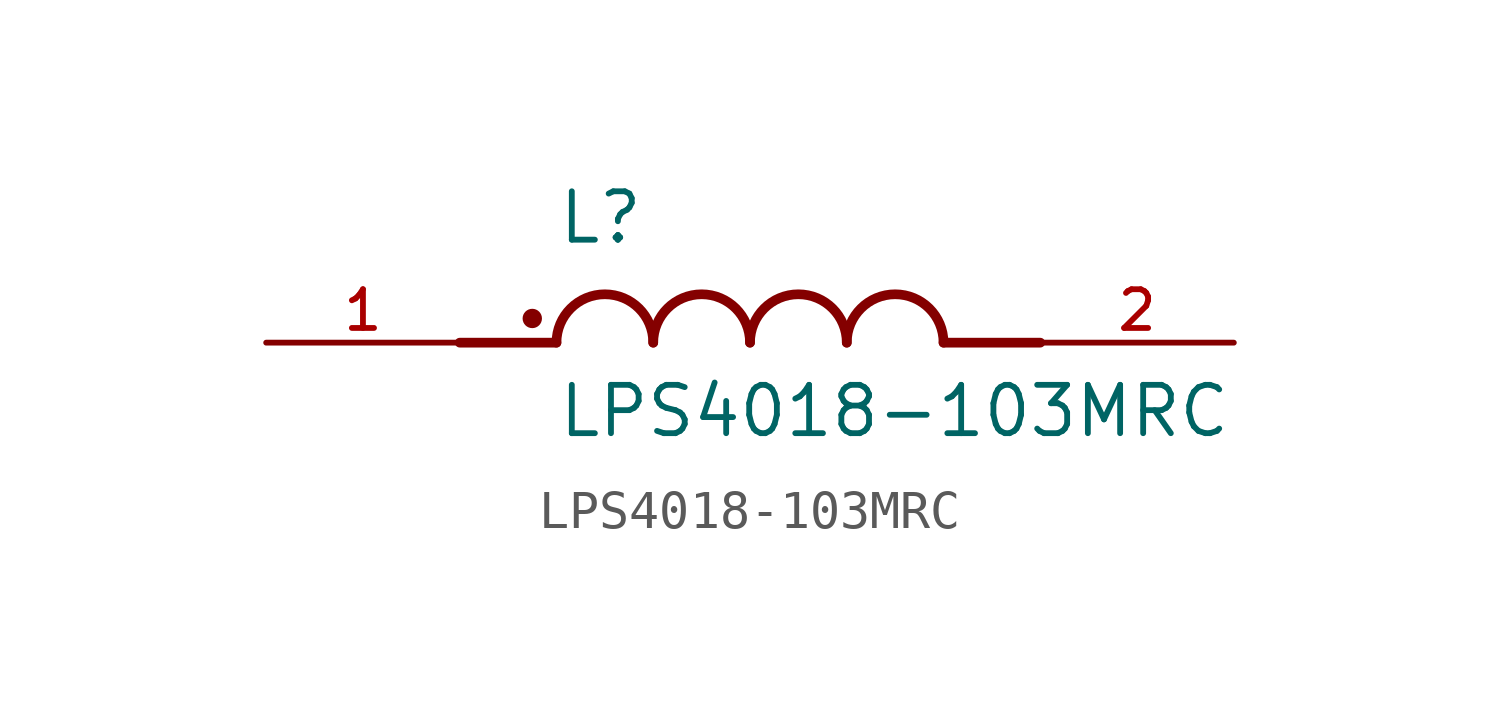
<source format=kicad_sym>
(kicad_symbol_lib
  (version 20211014)
  (generator kicad_symbol_editor)
  (symbol "LPS4018-103MRC"
    (pin_names
      (offset 1.016))
    (property "Reference" "L"
      (at -5.08 2.54 0)
      (effects (font (size 1.27 1.27)) (justify bottom left)))
    (property "Value" "LPS4018-103MRC"
      (at -5.08 -2.54 0)
      (effects (font (size 1.27 1.27)) (justify bottom left)))
    (symbol "LPS4018-103MRC_0_0"
      (polyline (pts (xy -5.08 0.0) (xy -7.62 0.0)) (stroke (width 0.254)))
      (polyline (pts (xy 5.08 0.0) (xy 7.62 0.0)) (stroke (width 0.254)))
      (arc (start -2.54 0.0) (mid -3.81 1.27) (end -5.08 0.0) (stroke (width 0.254) (type default) (color 0 0 0 0)) (fill (type none)))
      (arc (start 0.0 0.0) (mid -1.27 1.27) (end -2.54 0.0) (stroke (width 0.254) (type default) (color 0 0 0 0)) (fill (type none)))
      (arc (start 2.54 0.0) (mid 1.27 1.27) (end 0.0 0.0) (stroke (width 0.254) (type default) (color 0 0 0 0)) (fill (type none)))
      (arc (start 5.08 0.0) (mid 3.81 1.27) (end 2.54 0.0) (stroke (width 0.254) (type default) (color 0 0 0 0)) (fill (type none)))
      (circle (center -5.715 0.635) (radius 0.127) (stroke (width 0.254)) (fill (type none)))
      (pin passive line (at -12.7 0.0 0) (length 5.08) (name "~" (effects (font (size 1.016 1.016)))) (number "1" (effects (font (size 1.016 1.016)))))
      (pin passive line (at 12.7 0.0 180.0) (length 5.08) (name "~" (effects (font (size 1.016 1.016)))) (number "2" (effects (font (size 1.016 1.016))))))))
</source>
